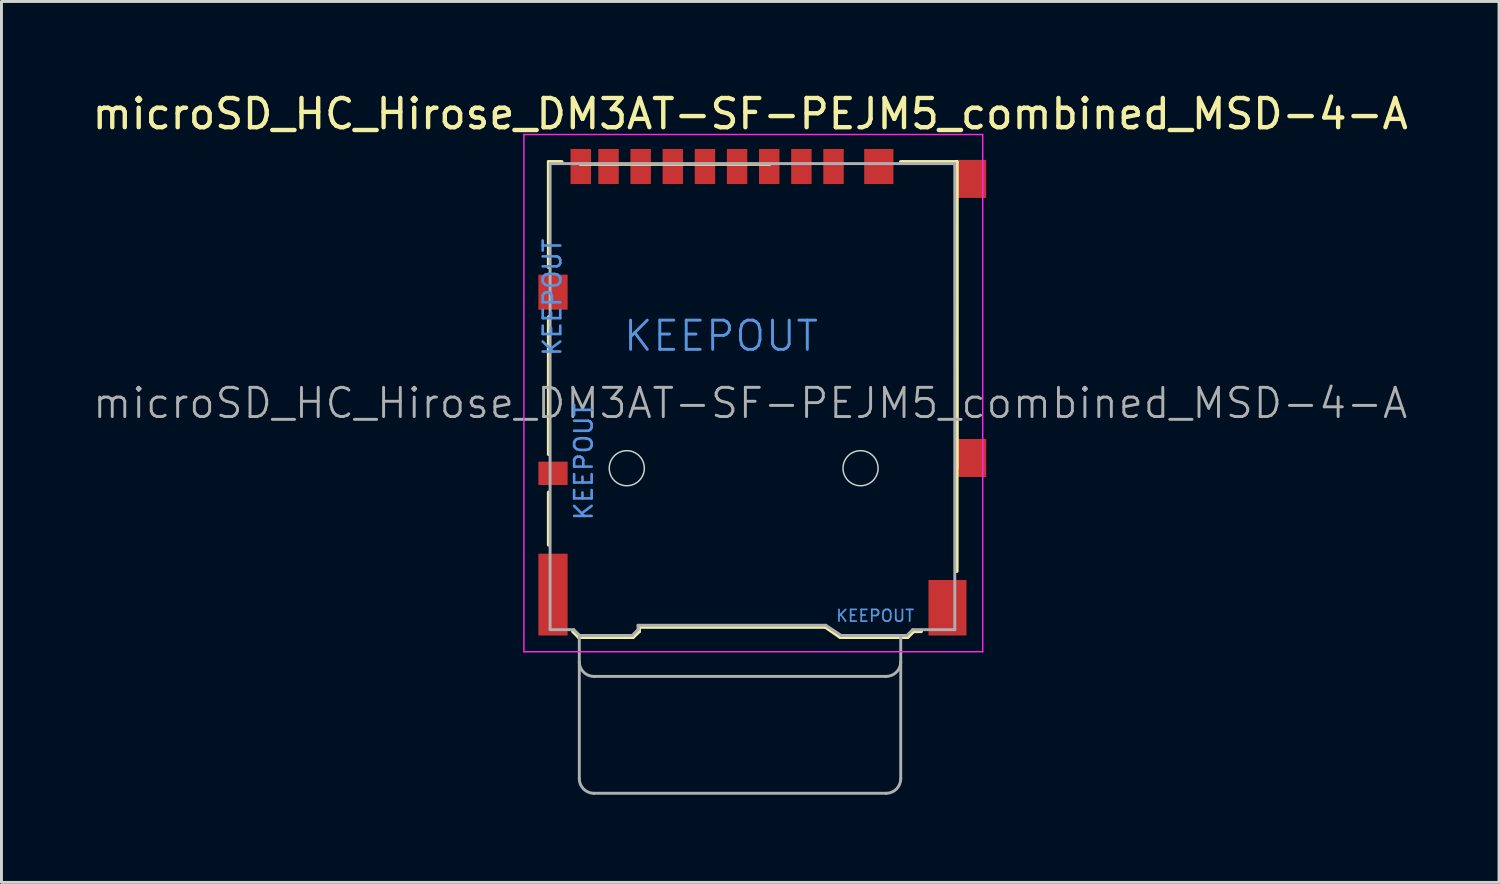
<source format=kicad_pcb>
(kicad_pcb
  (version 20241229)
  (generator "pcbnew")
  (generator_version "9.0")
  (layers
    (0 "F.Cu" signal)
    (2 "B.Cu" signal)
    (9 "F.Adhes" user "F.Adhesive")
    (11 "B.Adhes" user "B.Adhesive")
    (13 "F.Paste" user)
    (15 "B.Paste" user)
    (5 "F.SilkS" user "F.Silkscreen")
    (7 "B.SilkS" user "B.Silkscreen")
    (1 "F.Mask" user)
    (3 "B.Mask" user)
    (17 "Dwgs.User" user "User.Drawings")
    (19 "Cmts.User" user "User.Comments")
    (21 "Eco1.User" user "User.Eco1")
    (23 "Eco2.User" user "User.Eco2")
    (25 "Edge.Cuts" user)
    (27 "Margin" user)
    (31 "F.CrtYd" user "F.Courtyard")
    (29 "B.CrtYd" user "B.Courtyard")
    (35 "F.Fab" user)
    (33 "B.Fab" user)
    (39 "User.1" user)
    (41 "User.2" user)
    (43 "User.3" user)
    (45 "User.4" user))
  (footprint "microSD_HC_Hirose_DM3AT-SF-PEJM5_combined_MSD-4-A"
    (layer "F.Cu")
    (at 22.7 10.373)
    (property "Reference" "microSD_HC_Hirose_DM3AT-SF-PEJM5_combined_MSD-4-A" (at -0.075 -9.525 0) (layer "F.SilkS") (effects (font (size 1 1) (thickness 0.15))))
    (attr smd)
    (fp_line (start -6.975 -7.885) (end -6.525 -7.885) (stroke (width 0.12) (type solid)) (layer "F.SilkS"))
    (fp_line (start -6.975 -4.275) (end -6.975 -7.885) (stroke (width 0.12) (type solid)) (layer "F.SilkS"))
    (fp_line (start -6.975 2.125) (end -6.975 -2.575) (stroke (width 0.12) (type solid)) (layer "F.SilkS"))
    (fp_line (start -6.975 5.225) (end -6.975 3.425) (stroke (width 0.12) (type solid)) (layer "F.SilkS"))
    (fp_line (start -6.145 8.185) (end -5.945 8.385) (stroke (width 0.12) (type solid)) (layer "F.SilkS"))
    (fp_line (start -5.9 -7.8) (end 0.6 -7.8) (stroke (width 0.1) (type default)) (layer "F.SilkS"))
    (fp_line (start -4.085 8.385) (end -5.945 8.385) (stroke (width 0.12) (type solid)) (layer "F.SilkS"))
    (fp_line (start -3.875 8.185) (end -4.085 8.385) (stroke (width 0.12) (type solid)) (layer "F.SilkS"))
    (fp_line (start -3.875 8.185) (end -3.875 8.035) (stroke (width 0.12) (type solid)) (layer "F.SilkS"))
    (fp_line (start 2.495 8.035) (end -3.875 8.035) (stroke (width 0.12) (type solid)) (layer "F.SilkS"))
    (fp_line (start 2.495 8.035) (end 3.005 8.385) (stroke (width 0.12) (type solid)) (layer "F.SilkS"))
    (fp_line (start 3.005 8.385) (end 5.315 8.385) (stroke (width 0.12) (type solid)) (layer "F.SilkS"))
    (fp_line (start 5.515 8.185) (end 5.315 8.385) (stroke (width 0.12) (type solid)) (layer "F.SilkS"))
    (fp_line (start 5.775 8.185) (end 5.515 8.185) (stroke (width 0.12) (type solid)) (layer "F.SilkS"))
    (fp_line (start 6.995 -7.885) (end 5.075 -7.885) (stroke (width 0.12) (type solid)) (layer "F.SilkS"))
    (fp_line (start 6.995 -7.885) (end 7 2.6) (stroke (width 0.1) (type default)) (layer "F.SilkS"))
    (fp_line (start 6.995 6.125) (end 6.995 -7.885) (stroke (width 0.12) (type solid)) (layer "F.SilkS"))
    (fp_circle (center -4.3 2.6) (end -3.7 2.6) (stroke (width 0.05) (type default)) (fill no) (layer "Edge.Cuts"))
    (fp_circle (center 3.7 2.6) (end 4.3 2.6) (stroke (width 0.05) (type default)) (fill no) (layer "Edge.Cuts"))
    (fp_line (start -7.82 -8.82) (end -7.82 8.88) (stroke (width 0.05) (type solid)) (layer "F.CrtYd"))
    (fp_line (start -7.82 8.88) (end 7.88 8.88) (stroke (width 0.05) (type solid)) (layer "F.CrtYd"))
    (fp_line (start 7.88 -8.82) (end -7.82 -8.82) (stroke (width 0.05) (type solid)) (layer "F.CrtYd"))
    (fp_line (start 7.88 8.88) (end 7.88 -8.82) (stroke (width 0.05) (type solid)) (layer "F.CrtYd"))
    (fp_line (start -6.925 -7.825) (end -6.925 8.125) (stroke (width 0.1) (type solid)) (layer "F.Fab"))
    (fp_line (start -6.925 -7.825) (end 6.925 -7.825) (stroke (width 0.1) (type solid)) (layer "F.Fab"))
    (fp_line (start -6.925 8.125) (end -6.115 8.125) (stroke (width 0.1) (type solid)) (layer "F.Fab"))
    (fp_line (start -6.115 8.125) (end -5.915 8.325) (stroke (width 0.1) (type solid)) (layer "F.Fab"))
    (fp_line (start -5.925 13.225) (end -5.925 8.325) (stroke (width 0.1) (type solid)) (layer "F.Fab"))
    (fp_line (start -5.915 8.325) (end -4.115 8.325) (stroke (width 0.1) (type solid)) (layer "F.Fab"))
    (fp_line (start -4.115 8.325) (end -3.915 8.125) (stroke (width 0.1) (type solid)) (layer "F.Fab"))
    (fp_line (start -3.915 7.975) (end -3.915 8.125) (stroke (width 0.1) (type solid)) (layer "F.Fab"))
    (fp_line (start -3.915 7.975) (end 2.51 7.975) (stroke (width 0.1) (type solid)) (layer "F.Fab"))
    (fp_line (start 2.51 7.975) (end 3.035 8.325) (stroke (width 0.1) (type solid)) (layer "F.Fab"))
    (fp_line (start 3.035 8.325) (end 5.285 8.325) (stroke (width 0.1) (type solid)) (layer "F.Fab"))
    (fp_line (start 4.575 9.725) (end -5.425 9.725) (stroke (width 0.1) (type solid)) (layer "F.Fab"))
    (fp_line (start 4.575 13.725) (end -5.425 13.725) (stroke (width 0.1) (type solid)) (layer "F.Fab"))
    (fp_line (start 5.075 8.325) (end 5.075 13.225) (stroke (width 0.1) (type solid)) (layer "F.Fab"))
    (fp_line (start 5.485 8.125) (end 5.285 8.325) (stroke (width 0.1) (type solid)) (layer "F.Fab"))
    (fp_line (start 6.925 -7.825) (end 6.925 8.125) (stroke (width 0.1) (type solid)) (layer "F.Fab"))
    (fp_line (start 6.925 8.125) (end 5.485 8.125) (stroke (width 0.1) (type solid)) (layer "F.Fab"))
    (fp_arc (start -5.425 9.725) (mid -5.778553 9.578553) (end -5.925 9.225) (stroke (width 0.1) (type solid)) (layer "F.Fab"))
    (fp_arc (start -5.425 13.725) (mid -5.778553 13.578553) (end -5.925 13.225) (stroke (width 0.1) (type solid)) (layer "F.Fab"))
    (fp_arc (start 5.075 9.225) (mid 4.928553 9.578553) (end 4.575 9.725) (stroke (width 0.1) (type solid)) (layer "F.Fab"))
    (fp_arc (start 5.075 13.225) (mid 4.928553 13.578553) (end 4.575 13.725) (stroke (width 0.1) (type solid)) (layer "F.Fab"))
    (fp_line (start 0.6 -7.8) (end 0.6 4.4) (stroke (width 0.1) (type solid)) (layer "User.2"))
    (fp_text user "KEEPOUT" (at -6.85 -3.25 90) (layer "Cmts.User") (effects (font (size 0.6 0.6) (thickness 0.09))))
    (fp_text user "KEEPOUT" (at -1.075 -1.925 0) (layer "Cmts.User") (effects (font (size 1 1) (thickness 0.1))))
    (fp_text user "KEEPOUT" (at -5.775 2.375 90) (layer "Cmts.User") (effects (font (size 0.6 0.6) (thickness 0.09))))
    (fp_text user "KEEPOUT" (at 4.2 7.65 0) (layer "Cmts.User") (effects (font (size 0.4 0.4) (thickness 0.06))))
    (fp_text user "${REFERENCE}" (at -0.075 0.375 0) (layer "F.Fab") (effects (font (size 1 1) (thickness 0.1))))
    (pad "1" smd rect (at 2.775 -7.725) (size 0.7 1.2) (layers "F.Cu" "F.Mask" "F.Paste"))
    (pad "2" smd rect (at 1.675 -7.725) (size 0.7 1.2) (layers "F.Cu" "F.Mask" "F.Paste"))
    (pad "3" smd rect (at 0.575 -7.725) (size 0.7 1.2) (layers "F.Cu" "F.Mask" "F.Paste"))
    (pad "4" smd rect (at -0.525 -7.725) (size 0.7 1.2) (layers "F.Cu" "F.Mask" "F.Paste"))
    (pad "5" smd rect (at -1.625 -7.725) (size 0.7 1.2) (layers "F.Cu" "F.Mask" "F.Paste"))
    (pad "6" smd rect (at -2.725 -7.725) (size 0.7 1.2) (layers "F.Cu" "F.Mask" "F.Paste"))
    (pad "7" smd rect (at -3.825 -7.725) (size 0.7 1.2) (layers "F.Cu" "F.Mask" "F.Paste"))
    (pad "8" smd rect (at -4.925 -7.725) (size 0.7 1.2) (layers "F.Cu" "F.Mask" "F.Paste"))
    (pad "9" smd rect (at -5.875 -7.725) (size 0.7 1.2) (layers "F.Cu" "F.Mask" "F.Paste"))
    (pad "10" smd rect (at -6.825 2.775) (size 1 0.8) (layers "F.Cu" "F.Mask" "F.Paste"))
    (pad "10" smd rect (at 7.5 -7.3) (size 1 1.3) (layers "F.Cu" "F.Mask" "F.Paste"))
    (pad "10" smd rect (at 7.5 2.25) (size 1 1.3) (layers "F.Cu" "F.Mask" "F.Paste"))
    (pad "11" smd rect (at -6.825 -3.425) (size 1 1.2) (layers "F.Cu" "F.Mask" "F.Paste"))
    (pad "11" smd rect (at -6.825 6.925) (size 1 2.8) (layers "F.Cu" "F.Mask" "F.Paste"))
    (pad "11" smd rect (at 4.325 -7.725) (size 1 1.2) (layers "F.Cu" "F.Mask" "F.Paste"))
    (pad "11" smd rect (at 6.675 7.375) (size 1.3 1.9) (layers "F.Cu" "F.Mask" "F.Paste"))
    (zone (net_name "") (layer "F.Cu") (hatch full 0.508) (connect_pads) (min_thickness 0.254) (filled_areas_thickness no) (keepout (tracks not_allowed) (vias not_allowed) (pads not_allowed) (copperpour not_allowed) (footprints not_allowed)) (placement (enabled no)) (fill) (polygon (pts (xy 16.225 6.348) (xy 15.475 6.348) (xy 15.475 3.098) (xy 16.225 3.098))))
    (zone (net_name "") (layer "F.Cu") (hatch full 0.508) (connect_pads) (min_thickness 0.254) (filled_areas_thickness no) (keepout (tracks not_allowed) (vias not_allowed) (pads not_allowed) (copperpour not_allowed) (footprints not_allowed)) (placement (enabled no)) (fill) (polygon (pts (xy 16.225 11.148) (xy 15.475 11.148) (xy 15.475 7.548) (xy 16.225 7.548))))
    (zone (net_name "") (layer "F.Cu") (hatch full 0.508) (connect_pads) (min_thickness 0.254) (filled_areas_thickness no) (keepout (tracks not_allowed) (vias not_allowed) (pads not_allowed) (copperpour not_allowed) (footprints not_allowed)) (placement (enabled no)) (fill) (polygon (pts (xy 16.575 8.948) (xy 17.275 8.948) (xy 17.275 16.548) (xy 16.575 16.548))))
    (zone (net_name "") (layer "F.Cu") (hatch full 0.508) (connect_pads) (min_thickness 0.254) (filled_areas_thickness no) (keepout (tracks not_allowed) (vias not_allowed) (pads not_allowed) (copperpour not_allowed) (footprints not_allowed)) (placement (enabled no)) (fill) (polygon (pts (xy 25.625 17.348) (xy 28.175 17.348) (xy 28.175 18.698) (xy 25.625 18.698))))
    (zone (net_name "") (layer "F.Cu") (hatch full 0.508) (connect_pads) (min_thickness 0.254) (filled_areas_thickness no) (keepout (tracks not_allowed) (vias not_allowed) (pads not_allowed) (copperpour not_allowed) (footprints not_allowed)) (placement (enabled no)) (fill) (polygon (pts (xy 25.975 9.248) (xy 17.275 9.248) (xy 17.275 7.648) (xy 25.975 7.648)))))
  (gr_rect
    (start -3 -3)
    (end 48.25 27.148)
    (stroke (width 0.1) (type default))
    (fill no)
    (layer "Edge.Cuts")))
</source>
